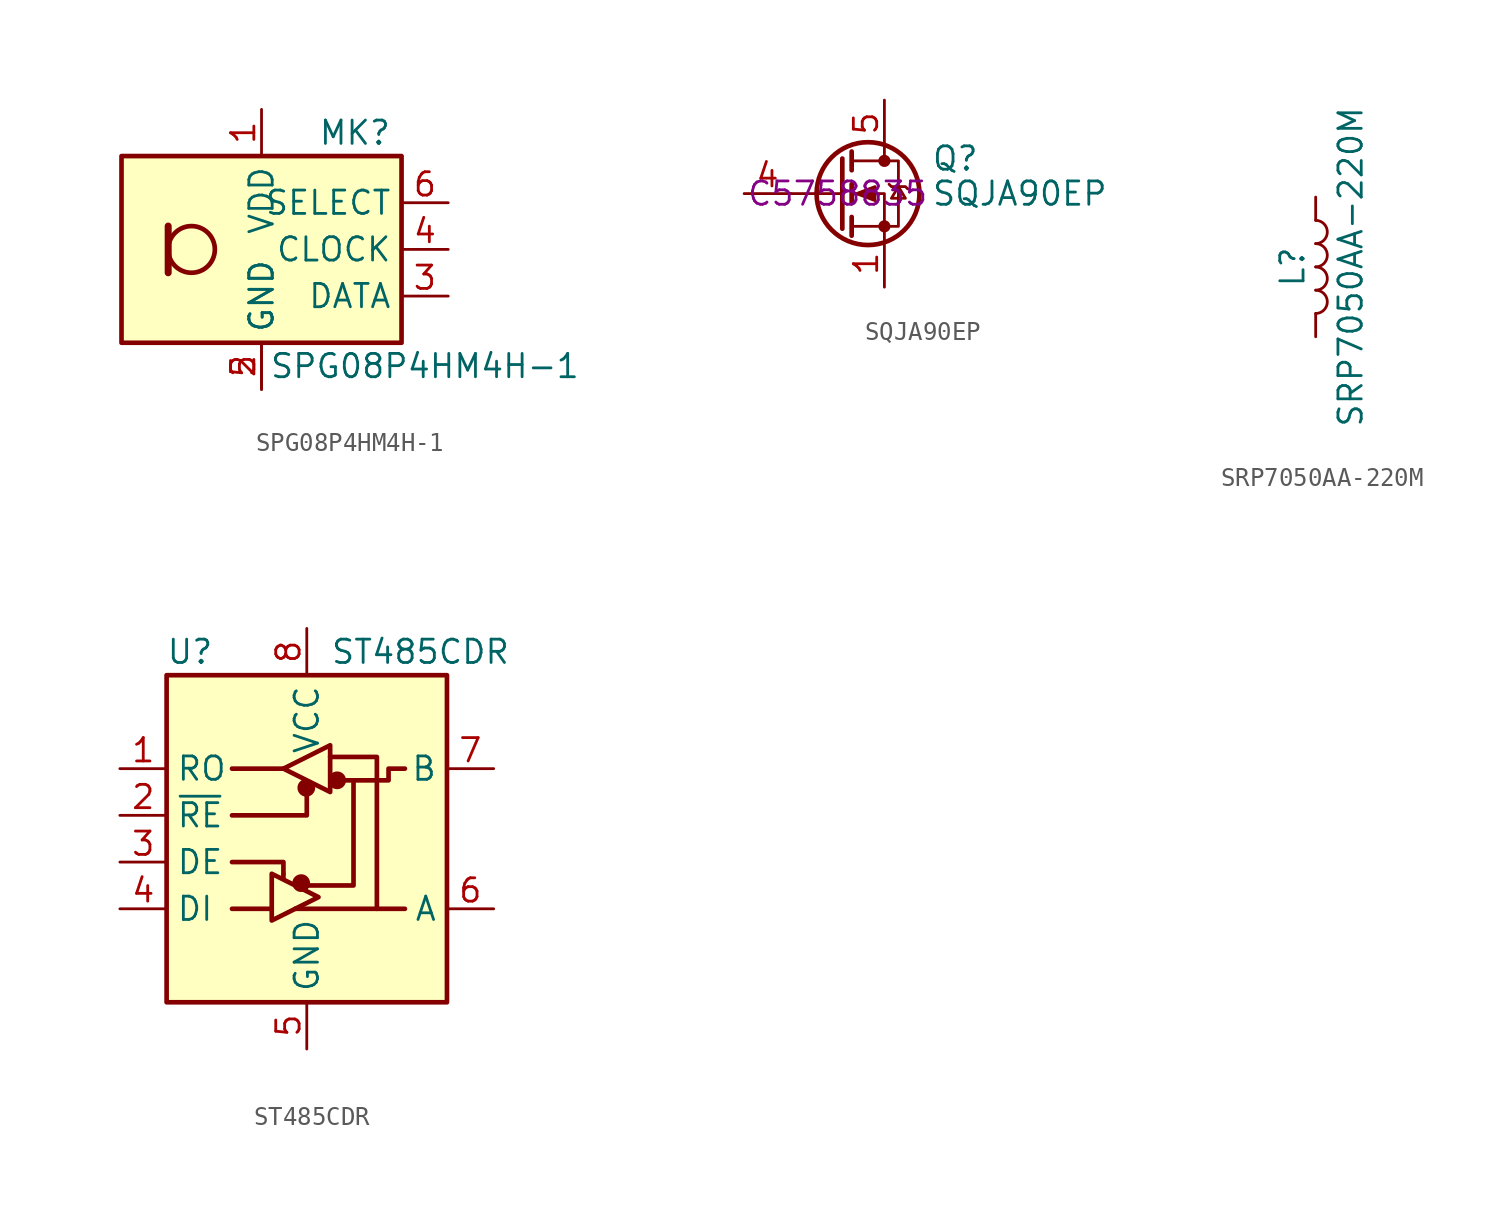
<source format=kicad_sym>
(kicad_symbol_lib
  (version 20220914)
  (generator kicad_symbol_editor)
  (symbol "SPG08P4HM4H-1"
    (property "Reference" "MK"
      (at 5.08 6.35 0)
      (effects (font (size 1.27 1.27))))
    (property "Value" "SPG08P4HM4H-1"
      (at 8.89 -6.35 0)
      (effects (font (size 1.27 1.27))))
    (symbol "SPG08P4HM4H-1_1_1"
      (rectangle (start -7.62 5.08) (end 7.62 -5.08) (stroke (width 0.254) (type default)) (fill (type background)))
      (circle (center -3.81 0) (radius 1.27) (stroke (width 0.254) (type default)) (fill (type none)))
      (polyline (pts (xy -5.08 1.27) (xy -5.08 -1.27)) (stroke (width 0.381) (type default)) (fill (type none)))
      (pin power_in line (at 0 7.62 270) (length 2.54) (name "VDD" (effects (font (size 1.27 1.27)))) (number "1" (effects (font (size 1.27 1.27)))))
      (pin power_in line (at 0 -7.62 90) (length 2.54) (name "GND" (effects (font (size 1.27 1.27)))) (number "2" (effects (font (size 1.27 1.27)))))
      (pin output line (at 10.16 -2.54 180) (length 2.54) (name "DATA" (effects (font (size 1.27 1.27)))) (number "3" (effects (font (size 1.27 1.27)))))
      (pin input line (at 10.16 0 180) (length 2.54) (name "CLOCK" (effects (font (size 1.27 1.27)))) (number "4" (effects (font (size 1.27 1.27)))))
      (pin power_in line (at 0 -7.62 90) (length 2.54) (name "GND" (effects (font (size 1.27 1.27)))) (number "5" (effects (font (size 1.27 1.27)))))
      (pin input line (at 10.16 2.54 180) (length 2.54) (name "SELECT" (effects (font (size 1.27 1.27)))) (number "6" (effects (font (size 1.27 1.27)))))))
  (symbol "SQJA90EP"
    (pin_names hide)
    (property "Reference" "Q"
      (at 5.08 1.905 0)
      (effects (font (size 1.27 1.27)) (justify left)))
    (property "Value" "SQJA90EP"
      (at 5.08 0 0)
      (effects (font (size 1.27 1.27)) (justify left)))
    (property "LCSC Part #" "C5758835"
      (at 0 0 0)
      (effects (font (size 1.27 1.27))))
    (symbol "SQJA90EP_0_1"
      (polyline (pts (xy 0.254 0) (xy -2.54 0)) (stroke (width 0) (type default)) (fill (type none)))
      (polyline (pts (xy 0.254 1.905) (xy 0.254 -1.905)) (stroke (width 0.254) (type default)) (fill (type none)))
      (polyline (pts (xy 0.762 -1.27) (xy 0.762 -2.286)) (stroke (width 0.254) (type default)) (fill (type none)))
      (polyline (pts (xy 0.762 0.508) (xy 0.762 -0.508)) (stroke (width 0.254) (type default)) (fill (type none)))
      (polyline (pts (xy 0.762 2.286) (xy 0.762 1.27)) (stroke (width 0.254) (type default)) (fill (type none)))
      (polyline (pts (xy 2.54 2.54) (xy 2.54 1.778)) (stroke (width 0) (type default)) (fill (type none)))
      (polyline (pts (xy 2.54 -2.54) (xy 2.54 0) (xy 0.762 0)) (stroke (width 0) (type default)) (fill (type none)))
      (polyline (pts (xy 0.762 -1.778) (xy 3.302 -1.778) (xy 3.302 1.778) (xy 0.762 1.778)) (stroke (width 0) (type default)) (fill (type none)))
      (polyline (pts (xy 1.016 0) (xy 2.032 0.381) (xy 2.032 -0.381) (xy 1.016 0)) (stroke (width 0) (type default)) (fill (type outline)))
      (polyline (pts (xy 2.794 0.508) (xy 2.921 0.381) (xy 3.683 0.381) (xy 3.81 0.254)) (stroke (width 0) (type default)) (fill (type none)))
      (polyline (pts (xy 3.302 0.381) (xy 2.921 -0.254) (xy 3.683 -0.254) (xy 3.302 0.381)) (stroke (width 0) (type default)) (fill (type none)))
      (circle (center 1.651 0) (radius 2.794) (stroke (width 0.254) (type default)) (fill (type none)))
      (circle (center 2.54 -1.778) (radius 0.254) (stroke (width 0) (type default)) (fill (type outline)))
      (circle (center 2.54 1.778) (radius 0.254) (stroke (width 0) (type default)) (fill (type outline))))
    (symbol "SQJA90EP_1_1"
      (pin passive line (at 2.54 -5.08 90) (length 2.54) (name "S" (effects (font (size 1.27 1.27)))) (number "1" (effects (font (size 1.27 1.27)))))
      (pin passive line (at 2.54 -5.08 90) (length 2.54) hide (name "S" (effects (font (size 1.27 1.27)))) (number "2" (effects (font (size 1.27 1.27)))))
      (pin passive line (at 2.54 -5.08 90) (length 2.54) hide (name "S" (effects (font (size 1.27 1.27)))) (number "3" (effects (font (size 1.27 1.27)))))
      (pin input line (at -5.08 0 0) (length 2.54) (name "G" (effects (font (size 1.27 1.27)))) (number "4" (effects (font (size 1.27 1.27)))))
      (pin passive line (at 2.54 5.08 270) (length 2.54) (name "D" (effects (font (size 1.27 1.27)))) (number "5" (effects (font (size 1.27 1.27)))))))
  (symbol "SRP7050AA-220M"
    (pin_numbers hide)
    (pin_names
      (offset 1.016) hide)
    (property "Reference" "L"
      (at -1.27 0 90)
      (effects (font (size 1.27 1.27))))
    (property "Value" "SRP7050AA-220M"
      (at 1.905 0 90)
      (effects (font (size 1.27 1.27))))
    (symbol "SRP7050AA-220M_0_1"
      (arc (start 0 -2.54) (mid 0.6323 -1.905) (end 0 -1.27) (stroke (width 0) (type default)) (fill (type none)))
      (arc (start 0 -1.27) (mid 0.6323 -0.635) (end 0 0) (stroke (width 0) (type default)) (fill (type none)))
      (arc (start 0 0) (mid 0.6323 0.635) (end 0 1.27) (stroke (width 0) (type default)) (fill (type none)))
      (arc (start 0 1.27) (mid 0.6323 1.905) (end 0 2.54) (stroke (width 0) (type default)) (fill (type none))))
    (symbol "SRP7050AA-220M_1_1"
      (pin passive line (at 0 3.81 270) (length 1.27) (name "1" (effects (font (size 1.27 1.27)))) (number "1" (effects (font (size 1.27 1.27)))))
      (pin passive line (at 0 -3.81 90) (length 1.27) (name "2" (effects (font (size 1.27 1.27)))) (number "2" (effects (font (size 1.27 1.27)))))))
  (symbol "ST485CDR"
    (property "Reference" "U"
      (at -6.35 8.89 0)
      (effects (font (size 1.27 1.27))))
    (property "Value" "ST485CDR"
      (at 1.27 8.89 0)
      (effects (font (size 1.27 1.27)) (justify left)))
    (symbol "ST485CDR_0_1"
      (rectangle (start -7.62 7.62) (end 7.62 -10.16) (stroke (width 0.254) (type default)) (fill (type background)))
      (circle (center -0.305 -3.683) (radius 0.356) (stroke (width 0.254) (type default)) (fill (type outline)))
      (circle (center -0.025 1.499) (radius 0.356) (stroke (width 0.254) (type default)) (fill (type outline)))
      (polyline (pts (xy -4.064 -5.08) (xy -1.905 -5.08)) (stroke (width 0.254) (type default)) (fill (type none)))
      (polyline (pts (xy -4.064 2.54) (xy -1.27 2.54)) (stroke (width 0.254) (type default)) (fill (type none)))
      (polyline (pts (xy -1.27 -3.2) (xy -1.27 -3.454)) (stroke (width 0.254) (type default)) (fill (type none)))
      (polyline (pts (xy -0.635 -5.08) (xy 5.334 -5.08)) (stroke (width 0.254) (type default)) (fill (type none)))
      (polyline (pts (xy -4.064 -2.54) (xy -1.27 -2.54) (xy -1.27 -3.175)) (stroke (width 0.254) (type default)) (fill (type none)))
      (polyline (pts (xy 0 1.27) (xy 0 0) (xy -4.064 0)) (stroke (width 0.254) (type default)) (fill (type none)))
      (polyline (pts (xy 1.27 3.175) (xy 3.81 3.175) (xy 3.81 -5.08)) (stroke (width 0.254) (type default)) (fill (type none)))
      (polyline (pts (xy 2.54 1.905) (xy 2.54 -3.81) (xy 0 -3.81)) (stroke (width 0.254) (type default)) (fill (type none)))
      (polyline (pts (xy -1.905 -3.175) (xy -1.905 -5.715) (xy 0.635 -4.445) (xy -1.905 -3.175)) (stroke (width 0.254) (type default)) (fill (type none)))
      (polyline (pts (xy -1.27 2.54) (xy 1.27 3.81) (xy 1.27 1.27) (xy -1.27 2.54)) (stroke (width 0.254) (type default)) (fill (type none)))
      (polyline (pts (xy 1.905 1.905) (xy 4.445 1.905) (xy 4.445 2.54) (xy 5.334 2.54)) (stroke (width 0.254) (type default)) (fill (type none)))
      (rectangle (start 1.27 3.175) (end 1.27 3.175) (stroke (width 0) (type default)) (fill (type none)))
      (circle (center 1.651 1.905) (radius 0.356) (stroke (width 0.254) (type default)) (fill (type outline))))
    (symbol "ST485CDR_1_1"
      (pin output line (at -10.16 2.54 0) (length 2.54) (name "RO" (effects (font (size 1.27 1.27)))) (number "1" (effects (font (size 1.27 1.27)))))
      (pin input line (at -10.16 0 0) (length 2.54) (name "~{RE}" (effects (font (size 1.27 1.27)))) (number "2" (effects (font (size 1.27 1.27)))))
      (pin input line (at -10.16 -2.54 0) (length 2.54) (name "DE" (effects (font (size 1.27 1.27)))) (number "3" (effects (font (size 1.27 1.27)))))
      (pin input line (at -10.16 -5.08 0) (length 2.54) (name "DI" (effects (font (size 1.27 1.27)))) (number "4" (effects (font (size 1.27 1.27)))))
      (pin power_in line (at 0 -12.7 90) (length 2.54) (name "GND" (effects (font (size 1.27 1.27)))) (number "5" (effects (font (size 1.27 1.27)))))
      (pin bidirectional line (at 10.16 -5.08 180) (length 2.54) (name "A" (effects (font (size 1.27 1.27)))) (number "6" (effects (font (size 1.27 1.27)))))
      (pin bidirectional line (at 10.16 2.54 180) (length 2.54) (name "B" (effects (font (size 1.27 1.27)))) (number "7" (effects (font (size 1.27 1.27)))))
      (pin power_in line (at 0 10.16 270) (length 2.54) (name "VCC" (effects (font (size 1.27 1.27)))) (number "8" (effects (font (size 1.27 1.27))))))))
</source>
